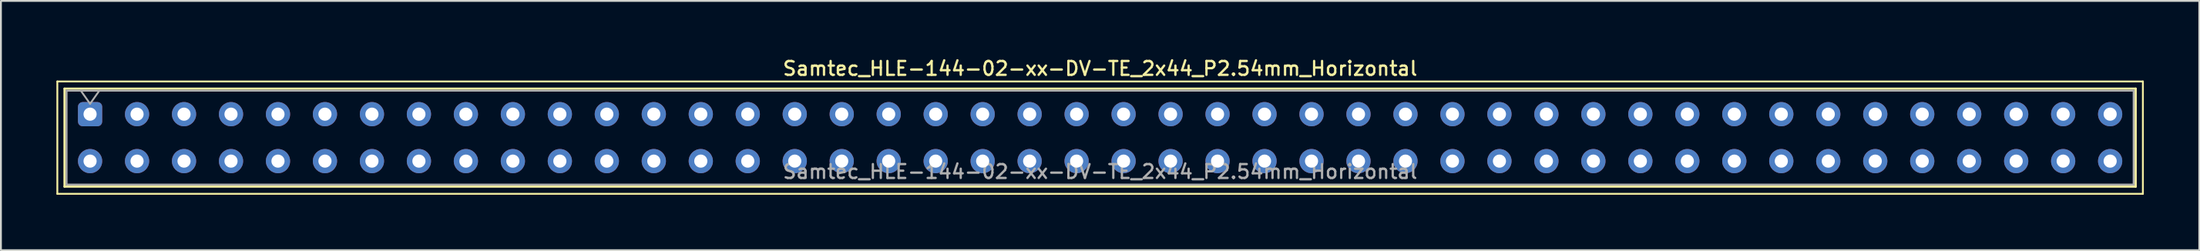
<source format=kicad_pcb>
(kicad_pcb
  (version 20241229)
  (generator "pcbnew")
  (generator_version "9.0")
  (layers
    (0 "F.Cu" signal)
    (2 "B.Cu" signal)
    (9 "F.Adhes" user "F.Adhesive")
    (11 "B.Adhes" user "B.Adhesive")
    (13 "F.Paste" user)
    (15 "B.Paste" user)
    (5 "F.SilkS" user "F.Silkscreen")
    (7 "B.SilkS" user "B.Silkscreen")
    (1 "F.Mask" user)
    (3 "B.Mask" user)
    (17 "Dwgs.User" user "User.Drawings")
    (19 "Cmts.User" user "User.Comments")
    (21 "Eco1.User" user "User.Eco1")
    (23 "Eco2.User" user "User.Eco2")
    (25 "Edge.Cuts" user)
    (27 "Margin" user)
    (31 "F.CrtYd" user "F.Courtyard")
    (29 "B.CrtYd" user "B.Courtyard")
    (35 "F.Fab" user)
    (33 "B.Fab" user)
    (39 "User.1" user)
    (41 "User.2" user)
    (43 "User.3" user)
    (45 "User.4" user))
  (footprint "Samtec_HLE-144-02-xx-DV-TE_2x44_P2.54mm_Horizontal"
    (layer "F.Cu")
    (at 1.82 3.128)
    (property "Reference" "Samtec_HLE-144-02-xx-DV-TE_2x44_P2.54mm_Horizontal" (at 54.61 -2.47 0) (layer "F.SilkS") (effects (font (size 0.75 0.75) (thickness 0.125))))
    (attr through_hole)
    (fp_line (start -1.77 -1.77) (end 110.99 -1.77) (stroke (width 0.1) (type solid)) (layer "F.SilkS"))
    (fp_line (start -1.77 4.31) (end -1.77 -1.77) (stroke (width 0.1) (type solid)) (layer "F.SilkS"))
    (fp_line (start -1.38 -1.38) (end 110.6 -1.38) (stroke (width 0.12) (type solid)) (layer "F.SilkS"))
    (fp_line (start -1.38 3.92) (end -1.38 -1.38) (stroke (width 0.12) (type solid)) (layer "F.SilkS"))
    (fp_line (start 110.6 -1.38) (end 110.6 3.92) (stroke (width 0.12) (type solid)) (layer "F.SilkS"))
    (fp_line (start 110.6 3.92) (end -1.38 3.92) (stroke (width 0.12) (type solid)) (layer "F.SilkS"))
    (fp_line (start 110.99 -1.77) (end 110.99 4.31) (stroke (width 0.1) (type solid)) (layer "F.SilkS"))
    (fp_line (start 110.99 4.31) (end -1.77 4.31) (stroke (width 0.1) (type solid)) (layer "F.SilkS"))
    (fp_line (start -1.27 -1.27) (end 110.49 -1.27) (stroke (width 0.1) (type solid)) (layer "F.Fab"))
    (fp_line (start -1.27 3.81) (end -1.27 -1.27) (stroke (width 0.1) (type solid)) (layer "F.Fab"))
    (fp_line (start -0.5 -1.27) (end 0 -0.563) (stroke (width 0.1) (type solid)) (layer "F.Fab"))
    (fp_line (start 0 -0.563) (end 0.5 -1.27) (stroke (width 0.1) (type solid)) (layer "F.Fab"))
    (fp_line (start 110.49 -1.27) (end 110.49 3.81) (stroke (width 0.1) (type solid)) (layer "F.Fab"))
    (fp_line (start 110.49 3.81) (end -1.27 3.81) (stroke (width 0.1) (type solid)) (layer "F.Fab"))
    (fp_text user "${REFERENCE}" (at 54.61 3.11 0) (layer "F.Fab") (effects (font (size 0.75 0.75) (thickness 0.125))))
    (pad "1" thru_hole roundrect (at 0 0) (size 1.31 1.31) (drill 0.71) (layers "*.Cu" "*.Mask") (roundrect_rratio 0.191))
    (pad "2" thru_hole circle (at 0 2.54) (size 1.31 1.31) (drill 0.71) (layers "*.Cu" "*.Mask"))
    (pad "3" thru_hole circle (at 2.54 0) (size 1.31 1.31) (drill 0.71) (layers "*.Cu" "*.Mask"))
    (pad "4" thru_hole circle (at 2.54 2.54) (size 1.31 1.31) (drill 0.71) (layers "*.Cu" "*.Mask"))
    (pad "5" thru_hole circle (at 5.08 0) (size 1.31 1.31) (drill 0.71) (layers "*.Cu" "*.Mask"))
    (pad "6" thru_hole circle (at 5.08 2.54) (size 1.31 1.31) (drill 0.71) (layers "*.Cu" "*.Mask"))
    (pad "7" thru_hole circle (at 7.62 0) (size 1.31 1.31) (drill 0.71) (layers "*.Cu" "*.Mask"))
    (pad "8" thru_hole circle (at 7.62 2.54) (size 1.31 1.31) (drill 0.71) (layers "*.Cu" "*.Mask"))
    (pad "9" thru_hole circle (at 10.16 0) (size 1.31 1.31) (drill 0.71) (layers "*.Cu" "*.Mask"))
    (pad "10" thru_hole circle (at 10.16 2.54) (size 1.31 1.31) (drill 0.71) (layers "*.Cu" "*.Mask"))
    (pad "11" thru_hole circle (at 12.7 0) (size 1.31 1.31) (drill 0.71) (layers "*.Cu" "*.Mask"))
    (pad "12" thru_hole circle (at 12.7 2.54) (size 1.31 1.31) (drill 0.71) (layers "*.Cu" "*.Mask"))
    (pad "13" thru_hole circle (at 15.24 0) (size 1.31 1.31) (drill 0.71) (layers "*.Cu" "*.Mask"))
    (pad "14" thru_hole circle (at 15.24 2.54) (size 1.31 1.31) (drill 0.71) (layers "*.Cu" "*.Mask"))
    (pad "15" thru_hole circle (at 17.78 0) (size 1.31 1.31) (drill 0.71) (layers "*.Cu" "*.Mask"))
    (pad "16" thru_hole circle (at 17.78 2.54) (size 1.31 1.31) (drill 0.71) (layers "*.Cu" "*.Mask"))
    (pad "17" thru_hole circle (at 20.32 0) (size 1.31 1.31) (drill 0.71) (layers "*.Cu" "*.Mask"))
    (pad "18" thru_hole circle (at 20.32 2.54) (size 1.31 1.31) (drill 0.71) (layers "*.Cu" "*.Mask"))
    (pad "19" thru_hole circle (at 22.86 0) (size 1.31 1.31) (drill 0.71) (layers "*.Cu" "*.Mask"))
    (pad "20" thru_hole circle (at 22.86 2.54) (size 1.31 1.31) (drill 0.71) (layers "*.Cu" "*.Mask"))
    (pad "21" thru_hole circle (at 25.4 0) (size 1.31 1.31) (drill 0.71) (layers "*.Cu" "*.Mask"))
    (pad "22" thru_hole circle (at 25.4 2.54) (size 1.31 1.31) (drill 0.71) (layers "*.Cu" "*.Mask"))
    (pad "23" thru_hole circle (at 27.94 0) (size 1.31 1.31) (drill 0.71) (layers "*.Cu" "*.Mask"))
    (pad "24" thru_hole circle (at 27.94 2.54) (size 1.31 1.31) (drill 0.71) (layers "*.Cu" "*.Mask"))
    (pad "25" thru_hole circle (at 30.48 0) (size 1.31 1.31) (drill 0.71) (layers "*.Cu" "*.Mask"))
    (pad "26" thru_hole circle (at 30.48 2.54) (size 1.31 1.31) (drill 0.71) (layers "*.Cu" "*.Mask"))
    (pad "27" thru_hole circle (at 33.02 0) (size 1.31 1.31) (drill 0.71) (layers "*.Cu" "*.Mask"))
    (pad "28" thru_hole circle (at 33.02 2.54) (size 1.31 1.31) (drill 0.71) (layers "*.Cu" "*.Mask"))
    (pad "29" thru_hole circle (at 35.56 0) (size 1.31 1.31) (drill 0.71) (layers "*.Cu" "*.Mask"))
    (pad "30" thru_hole circle (at 35.56 2.54) (size 1.31 1.31) (drill 0.71) (layers "*.Cu" "*.Mask"))
    (pad "31" thru_hole circle (at 38.1 0) (size 1.31 1.31) (drill 0.71) (layers "*.Cu" "*.Mask"))
    (pad "32" thru_hole circle (at 38.1 2.54) (size 1.31 1.31) (drill 0.71) (layers "*.Cu" "*.Mask"))
    (pad "33" thru_hole circle (at 40.64 0) (size 1.31 1.31) (drill 0.71) (layers "*.Cu" "*.Mask"))
    (pad "34" thru_hole circle (at 40.64 2.54) (size 1.31 1.31) (drill 0.71) (layers "*.Cu" "*.Mask"))
    (pad "35" thru_hole circle (at 43.18 0) (size 1.31 1.31) (drill 0.71) (layers "*.Cu" "*.Mask"))
    (pad "36" thru_hole circle (at 43.18 2.54) (size 1.31 1.31) (drill 0.71) (layers "*.Cu" "*.Mask"))
    (pad "37" thru_hole circle (at 45.72 0) (size 1.31 1.31) (drill 0.71) (layers "*.Cu" "*.Mask"))
    (pad "38" thru_hole circle (at 45.72 2.54) (size 1.31 1.31) (drill 0.71) (layers "*.Cu" "*.Mask"))
    (pad "39" thru_hole circle (at 48.26 0) (size 1.31 1.31) (drill 0.71) (layers "*.Cu" "*.Mask"))
    (pad "40" thru_hole circle (at 48.26 2.54) (size 1.31 1.31) (drill 0.71) (layers "*.Cu" "*.Mask"))
    (pad "41" thru_hole circle (at 50.8 0) (size 1.31 1.31) (drill 0.71) (layers "*.Cu" "*.Mask"))
    (pad "42" thru_hole circle (at 50.8 2.54) (size 1.31 1.31) (drill 0.71) (layers "*.Cu" "*.Mask"))
    (pad "43" thru_hole circle (at 53.34 0) (size 1.31 1.31) (drill 0.71) (layers "*.Cu" "*.Mask"))
    (pad "44" thru_hole circle (at 53.34 2.54) (size 1.31 1.31) (drill 0.71) (layers "*.Cu" "*.Mask"))
    (pad "45" thru_hole circle (at 55.88 0) (size 1.31 1.31) (drill 0.71) (layers "*.Cu" "*.Mask"))
    (pad "46" thru_hole circle (at 55.88 2.54) (size 1.31 1.31) (drill 0.71) (layers "*.Cu" "*.Mask"))
    (pad "47" thru_hole circle (at 58.42 0) (size 1.31 1.31) (drill 0.71) (layers "*.Cu" "*.Mask"))
    (pad "48" thru_hole circle (at 58.42 2.54) (size 1.31 1.31) (drill 0.71) (layers "*.Cu" "*.Mask"))
    (pad "49" thru_hole circle (at 60.96 0) (size 1.31 1.31) (drill 0.71) (layers "*.Cu" "*.Mask"))
    (pad "50" thru_hole circle (at 60.96 2.54) (size 1.31 1.31) (drill 0.71) (layers "*.Cu" "*.Mask"))
    (pad "51" thru_hole circle (at 63.5 0) (size 1.31 1.31) (drill 0.71) (layers "*.Cu" "*.Mask"))
    (pad "52" thru_hole circle (at 63.5 2.54) (size 1.31 1.31) (drill 0.71) (layers "*.Cu" "*.Mask"))
    (pad "53" thru_hole circle (at 66.04 0) (size 1.31 1.31) (drill 0.71) (layers "*.Cu" "*.Mask"))
    (pad "54" thru_hole circle (at 66.04 2.54) (size 1.31 1.31) (drill 0.71) (layers "*.Cu" "*.Mask"))
    (pad "55" thru_hole circle (at 68.58 0) (size 1.31 1.31) (drill 0.71) (layers "*.Cu" "*.Mask"))
    (pad "56" thru_hole circle (at 68.58 2.54) (size 1.31 1.31) (drill 0.71) (layers "*.Cu" "*.Mask"))
    (pad "57" thru_hole circle (at 71.12 0) (size 1.31 1.31) (drill 0.71) (layers "*.Cu" "*.Mask"))
    (pad "58" thru_hole circle (at 71.12 2.54) (size 1.31 1.31) (drill 0.71) (layers "*.Cu" "*.Mask"))
    (pad "59" thru_hole circle (at 73.66 0) (size 1.31 1.31) (drill 0.71) (layers "*.Cu" "*.Mask"))
    (pad "60" thru_hole circle (at 73.66 2.54) (size 1.31 1.31) (drill 0.71) (layers "*.Cu" "*.Mask"))
    (pad "61" thru_hole circle (at 76.2 0) (size 1.31 1.31) (drill 0.71) (layers "*.Cu" "*.Mask"))
    (pad "62" thru_hole circle (at 76.2 2.54) (size 1.31 1.31) (drill 0.71) (layers "*.Cu" "*.Mask"))
    (pad "63" thru_hole circle (at 78.74 0) (size 1.31 1.31) (drill 0.71) (layers "*.Cu" "*.Mask"))
    (pad "64" thru_hole circle (at 78.74 2.54) (size 1.31 1.31) (drill 0.71) (layers "*.Cu" "*.Mask"))
    (pad "65" thru_hole circle (at 81.28 0) (size 1.31 1.31) (drill 0.71) (layers "*.Cu" "*.Mask"))
    (pad "66" thru_hole circle (at 81.28 2.54) (size 1.31 1.31) (drill 0.71) (layers "*.Cu" "*.Mask"))
    (pad "67" thru_hole circle (at 83.82 0) (size 1.31 1.31) (drill 0.71) (layers "*.Cu" "*.Mask"))
    (pad "68" thru_hole circle (at 83.82 2.54) (size 1.31 1.31) (drill 0.71) (layers "*.Cu" "*.Mask"))
    (pad "69" thru_hole circle (at 86.36 0) (size 1.31 1.31) (drill 0.71) (layers "*.Cu" "*.Mask"))
    (pad "70" thru_hole circle (at 86.36 2.54) (size 1.31 1.31) (drill 0.71) (layers "*.Cu" "*.Mask"))
    (pad "71" thru_hole circle (at 88.9 0) (size 1.31 1.31) (drill 0.71) (layers "*.Cu" "*.Mask"))
    (pad "72" thru_hole circle (at 88.9 2.54) (size 1.31 1.31) (drill 0.71) (layers "*.Cu" "*.Mask"))
    (pad "73" thru_hole circle (at 91.44 0) (size 1.31 1.31) (drill 0.71) (layers "*.Cu" "*.Mask"))
    (pad "74" thru_hole circle (at 91.44 2.54) (size 1.31 1.31) (drill 0.71) (layers "*.Cu" "*.Mask"))
    (pad "75" thru_hole circle (at 93.98 0) (size 1.31 1.31) (drill 0.71) (layers "*.Cu" "*.Mask"))
    (pad "76" thru_hole circle (at 93.98 2.54) (size 1.31 1.31) (drill 0.71) (layers "*.Cu" "*.Mask"))
    (pad "77" thru_hole circle (at 96.52 0) (size 1.31 1.31) (drill 0.71) (layers "*.Cu" "*.Mask"))
    (pad "78" thru_hole circle (at 96.52 2.54) (size 1.31 1.31) (drill 0.71) (layers "*.Cu" "*.Mask"))
    (pad "79" thru_hole circle (at 99.06 0) (size 1.31 1.31) (drill 0.71) (layers "*.Cu" "*.Mask"))
    (pad "80" thru_hole circle (at 99.06 2.54) (size 1.31 1.31) (drill 0.71) (layers "*.Cu" "*.Mask"))
    (pad "81" thru_hole circle (at 101.6 0) (size 1.31 1.31) (drill 0.71) (layers "*.Cu" "*.Mask"))
    (pad "82" thru_hole circle (at 101.6 2.54) (size 1.31 1.31) (drill 0.71) (layers "*.Cu" "*.Mask"))
    (pad "83" thru_hole circle (at 104.14 0) (size 1.31 1.31) (drill 0.71) (layers "*.Cu" "*.Mask"))
    (pad "84" thru_hole circle (at 104.14 2.54) (size 1.31 1.31) (drill 0.71) (layers "*.Cu" "*.Mask"))
    (pad "85" thru_hole circle (at 106.68 0) (size 1.31 1.31) (drill 0.71) (layers "*.Cu" "*.Mask"))
    (pad "86" thru_hole circle (at 106.68 2.54) (size 1.31 1.31) (drill 0.71) (layers "*.Cu" "*.Mask"))
    (pad "87" thru_hole circle (at 109.22 0) (size 1.31 1.31) (drill 0.71) (layers "*.Cu" "*.Mask"))
    (pad "88" thru_hole circle (at 109.22 2.54) (size 1.31 1.31) (drill 0.71) (layers "*.Cu" "*.Mask")))
  (gr_rect
    (start -3 -3)
    (end 115.86 10.488)
    (stroke (width 0.1) (type default))
    (fill no)
    (layer "Edge.Cuts")))
</source>
